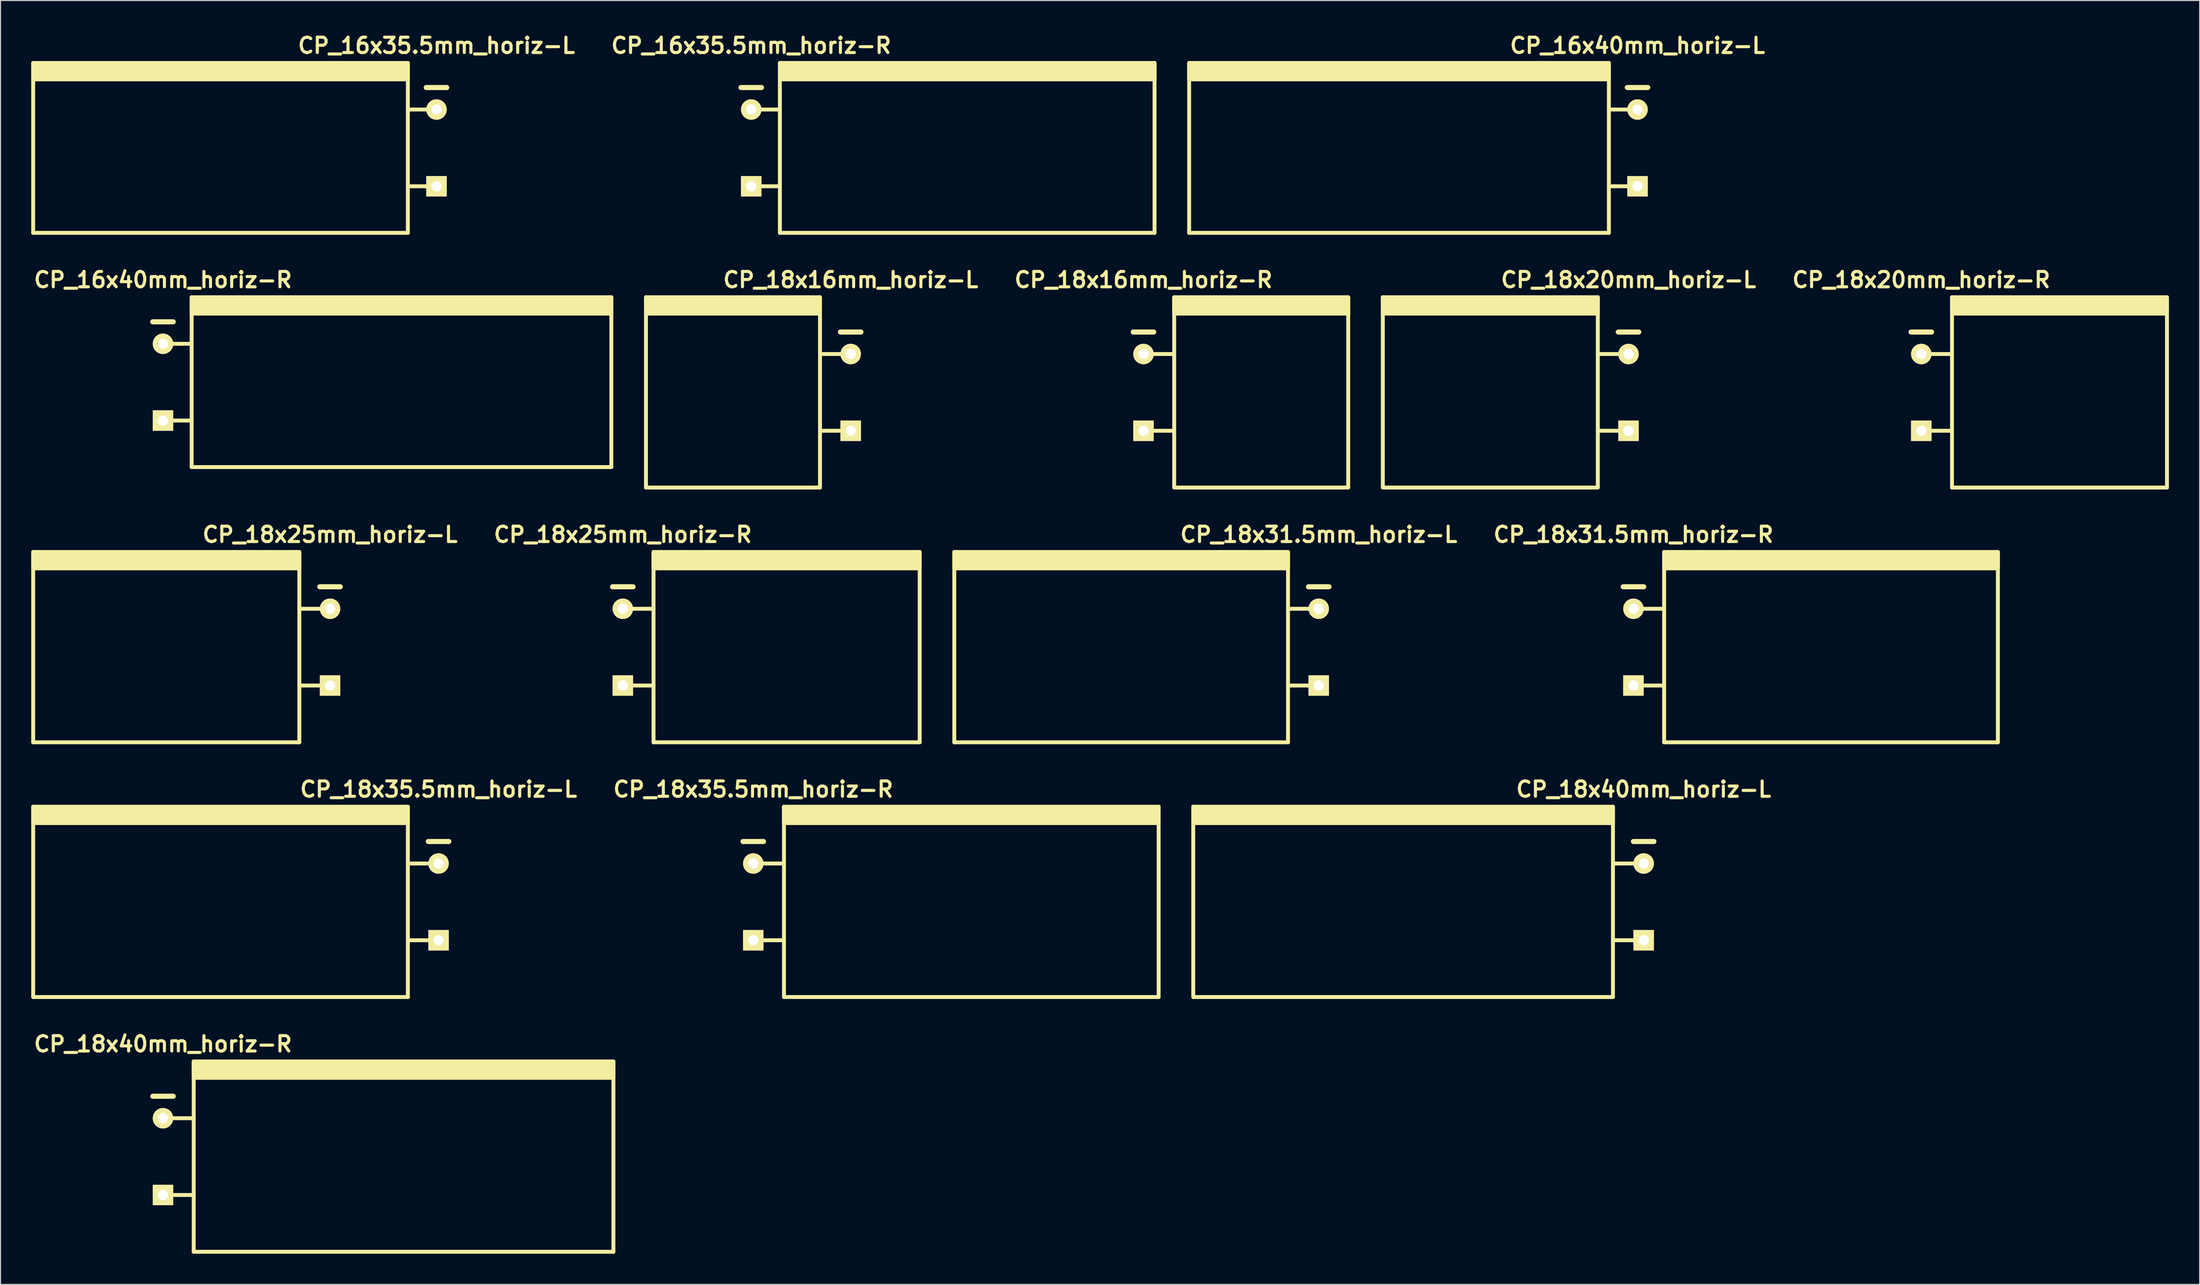
<source format=kicad_pcb>
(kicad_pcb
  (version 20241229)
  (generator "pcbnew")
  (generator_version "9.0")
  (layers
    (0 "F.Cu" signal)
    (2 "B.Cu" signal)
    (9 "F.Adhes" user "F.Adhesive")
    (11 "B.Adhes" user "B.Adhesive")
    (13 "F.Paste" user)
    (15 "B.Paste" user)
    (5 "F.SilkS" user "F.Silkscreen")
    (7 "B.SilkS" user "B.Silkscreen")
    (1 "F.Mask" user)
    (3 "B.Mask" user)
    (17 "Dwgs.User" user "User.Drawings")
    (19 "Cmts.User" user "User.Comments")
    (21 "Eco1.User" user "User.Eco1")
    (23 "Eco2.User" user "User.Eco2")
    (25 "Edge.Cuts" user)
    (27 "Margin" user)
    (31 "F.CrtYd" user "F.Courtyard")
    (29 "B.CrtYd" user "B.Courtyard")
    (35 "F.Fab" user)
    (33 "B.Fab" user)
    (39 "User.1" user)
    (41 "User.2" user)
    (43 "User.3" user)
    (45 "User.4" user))
  (footprint "CP_18x25mm_horiz-L"
    (layer "F.Cu")
    (at 29.191 60.193)
    (property "Reference" "CP_18x25mm_horiz-L" (at 0 -11 0) (layer "F.SilkS") (effects (font (size 1.5 1.5) (thickness 0.3))))
    (attr through_hole)
    (fp_line (start -29 9.3) (end -29 -9.3) (stroke (width 0.381) (type solid)) (layer "F.SilkS"))
    (fp_line (start -3 -9.3) (end -3 9.3) (stroke (width 0.381) (type solid)) (layer "F.SilkS"))
    (fp_line (start -3 -3.75) (end 0 -3.75) (stroke (width 0.381) (type solid)) (layer "F.SilkS"))
    (fp_line (start -3 3.75) (end 0 3.75) (stroke (width 0.381) (type solid)) (layer "F.SilkS"))
    (fp_line (start -3 9.3) (end -29 9.3) (stroke (width 0.381) (type solid)) (layer "F.SilkS"))
    (fp_line (start -1 -5.9) (end 1 -5.9) (stroke (width 0.5) (type solid)) (layer "F.SilkS"))
    (fp_poly (pts (xy -3 -7.7) (xy -29 -7.7) (xy -29 -9.3) (xy -3 -9.3)) (stroke (width 0.381) (type solid)) (fill yes) (layer "F.SilkS"))
    (pad "1" thru_hole rect (at 0 3.75) (size 2 2) (drill 1) (layers "*.Cu" "*.Mask" "F.SilkS"))
    (pad "2" thru_hole circle (at 0 -3.75) (size 2 2) (drill 1) (layers "*.Cu" "*.Mask" "F.SilkS")))
  (footprint "CP_18x16mm_horiz-R"
    (layer "F.Cu")
    (at 108.652 35.298)
    (property "Reference" "CP_18x16mm_horiz-R" (at 0 -11 0) (layer "F.SilkS") (effects (font (size 1.5 1.5) (thickness 0.3))))
    (attr through_hole)
    (fp_line (start -1 -5.9) (end 1 -5.9) (stroke (width 0.5) (type solid)) (layer "F.SilkS"))
    (fp_line (start 0 -3.75) (end 3 -3.75) (stroke (width 0.381) (type solid)) (layer "F.SilkS"))
    (fp_line (start 0 3.75) (end 3 3.75) (stroke (width 0.381) (type solid)) (layer "F.SilkS"))
    (fp_line (start 3 9.3) (end 3 -9.3) (stroke (width 0.381) (type solid)) (layer "F.SilkS"))
    (fp_line (start 20 -9.3) (end 20 9.3) (stroke (width 0.381) (type solid)) (layer "F.SilkS"))
    (fp_line (start 20 9.3) (end 3 9.3) (stroke (width 0.381) (type solid)) (layer "F.SilkS"))
    (fp_poly (pts (xy 20 -7.7) (xy 3 -7.7) (xy 3 -9.3) (xy 20 -9.3)) (stroke (width 0.381) (type solid)) (fill yes) (layer "F.SilkS"))
    (pad "1" thru_hole rect (at 0 3.75) (size 2 2) (drill 1) (layers "*.Cu" "*.Mask" "F.SilkS"))
    (pad "2" thru_hole circle (at 0 -3.75) (size 2 2) (drill 1) (layers "*.Cu" "*.Mask" "F.SilkS")))
  (footprint "CP_18x31.5mm_horiz-L"
    (layer "F.Cu")
    (at 125.771 60.193)
    (property "Reference" "CP_18x31.5mm_horiz-L" (at 0 -11 0) (layer "F.SilkS") (effects (font (size 1.5 1.5) (thickness 0.3))))
    (attr through_hole)
    (fp_line (start -35.6 9.3) (end -35.6 -9.3) (stroke (width 0.381) (type solid)) (layer "F.SilkS"))
    (fp_line (start -3 -9.3) (end -3 9.3) (stroke (width 0.381) (type solid)) (layer "F.SilkS"))
    (fp_line (start -3 -3.75) (end 0 -3.75) (stroke (width 0.381) (type solid)) (layer "F.SilkS"))
    (fp_line (start -3 3.75) (end 0 3.75) (stroke (width 0.381) (type solid)) (layer "F.SilkS"))
    (fp_line (start -3 9.3) (end -35.6 9.3) (stroke (width 0.381) (type solid)) (layer "F.SilkS"))
    (fp_line (start -1 -5.9) (end 1 -5.9) (stroke (width 0.5) (type solid)) (layer "F.SilkS"))
    (fp_poly (pts (xy -3 -7.7) (xy -35.6 -7.7) (xy -35.6 -9.3) (xy -3 -9.3)) (stroke (width 0.381) (type solid)) (fill yes) (layer "F.SilkS"))
    (pad "1" thru_hole rect (at 0 3.75) (size 2 2) (drill 1) (layers "*.Cu" "*.Mask" "F.SilkS"))
    (pad "2" thru_hole circle (at 0 -3.75) (size 2 2) (drill 1) (layers "*.Cu" "*.Mask" "F.SilkS")))
  (footprint "CP_16x35.5mm_horiz-R"
    (layer "F.Cu")
    (at 70.333 11.404)
    (property "Reference" "CP_16x35.5mm_horiz-R" (at 0 -10 0) (layer "F.SilkS") (effects (font (size 1.5 1.5) (thickness 0.3))))
    (attr through_hole)
    (fp_line (start -1 -5.9) (end 1 -5.9) (stroke (width 0.5) (type solid)) (layer "F.SilkS"))
    (fp_line (start 0 -3.75) (end 2.8 -3.75) (stroke (width 0.381) (type solid)) (layer "F.SilkS"))
    (fp_line (start 0 3.75) (end 2.8 3.75) (stroke (width 0.381) (type solid)) (layer "F.SilkS"))
    (fp_line (start 2.8 8.3) (end 2.8 -8.3) (stroke (width 0.381) (type solid)) (layer "F.SilkS"))
    (fp_line (start 39.4 -8.3) (end 39.4 8.3) (stroke (width 0.381) (type solid)) (layer "F.SilkS"))
    (fp_line (start 39.4 8.3) (end 2.8 8.3) (stroke (width 0.381) (type solid)) (layer "F.SilkS"))
    (fp_poly (pts (xy 39.4 -6.7) (xy 2.8 -6.7) (xy 2.8 -8.3) (xy 39.4 -8.3)) (stroke (width 0.381) (type solid)) (fill yes) (layer "F.SilkS"))
    (pad "1" thru_hole rect (at 0 3.75) (size 2 2) (drill 1) (layers "*.Cu" "*.Mask" "F.SilkS"))
    (pad "2" thru_hole circle (at 0 -3.75) (size 2 2) (drill 1) (layers "*.Cu" "*.Mask" "F.SilkS")))
  (footprint "CP_18x20mm_horiz-L"
    (layer "F.Cu")
    (at 156.033 35.298)
    (property "Reference" "CP_18x20mm_horiz-L" (at 0 -11 0) (layer "F.SilkS") (effects (font (size 1.5 1.5) (thickness 0.3))))
    (attr through_hole)
    (fp_line (start -24 9.3) (end -24 -9.3) (stroke (width 0.381) (type solid)) (layer "F.SilkS"))
    (fp_line (start -3 -9.3) (end -3 9.3) (stroke (width 0.381) (type solid)) (layer "F.SilkS"))
    (fp_line (start -3 -3.75) (end 0 -3.75) (stroke (width 0.381) (type solid)) (layer "F.SilkS"))
    (fp_line (start -3 3.75) (end 0 3.75) (stroke (width 0.381) (type solid)) (layer "F.SilkS"))
    (fp_line (start -3 9.3) (end -24 9.3) (stroke (width 0.381) (type solid)) (layer "F.SilkS"))
    (fp_line (start -1 -5.9) (end 1 -5.9) (stroke (width 0.5) (type solid)) (layer "F.SilkS"))
    (fp_poly (pts (xy -3 -7.7) (xy -24 -7.7) (xy -24 -9.3) (xy -3 -9.3)) (stroke (width 0.381) (type solid)) (fill yes) (layer "F.SilkS"))
    (pad "1" thru_hole rect (at 0 3.75) (size 2 2) (drill 1) (layers "*.Cu" "*.Mask" "F.SilkS"))
    (pad "2" thru_hole circle (at 0 -3.75) (size 2 2) (drill 1) (layers "*.Cu" "*.Mask" "F.SilkS")))
  (footprint "CP_18x16mm_horiz-L"
    (layer "F.Cu")
    (at 80.052 35.298)
    (property "Reference" "CP_18x16mm_horiz-L" (at 0 -11 0) (layer "F.SilkS") (effects (font (size 1.5 1.5) (thickness 0.3))))
    (attr through_hole)
    (fp_line (start -20 9.3) (end -20 -9.3) (stroke (width 0.381) (type solid)) (layer "F.SilkS"))
    (fp_line (start -3 -9.3) (end -3 9.3) (stroke (width 0.381) (type solid)) (layer "F.SilkS"))
    (fp_line (start -3 -3.75) (end 0 -3.75) (stroke (width 0.381) (type solid)) (layer "F.SilkS"))
    (fp_line (start -3 3.75) (end 0 3.75) (stroke (width 0.381) (type solid)) (layer "F.SilkS"))
    (fp_line (start -3 9.3) (end -20 9.3) (stroke (width 0.381) (type solid)) (layer "F.SilkS"))
    (fp_line (start -1 -5.9) (end 1 -5.9) (stroke (width 0.5) (type solid)) (layer "F.SilkS"))
    (fp_poly (pts (xy -3 -7.7) (xy -20 -7.7) (xy -20 -9.3) (xy -3 -9.3)) (stroke (width 0.381) (type solid)) (fill yes) (layer "F.SilkS"))
    (pad "1" thru_hole rect (at 0 3.75) (size 2 2) (drill 1) (layers "*.Cu" "*.Mask" "F.SilkS"))
    (pad "2" thru_hole circle (at 0 -3.75) (size 2 2) (drill 1) (layers "*.Cu" "*.Mask" "F.SilkS")))
  (footprint "CP_18x25mm_horiz-R"
    (layer "F.Cu")
    (at 57.79 60.193)
    (property "Reference" "CP_18x25mm_horiz-R" (at 0 -11 0) (layer "F.SilkS") (effects (font (size 1.5 1.5) (thickness 0.3))))
    (attr through_hole)
    (fp_line (start -1 -5.9) (end 1 -5.9) (stroke (width 0.5) (type solid)) (layer "F.SilkS"))
    (fp_line (start 0 -3.75) (end 3 -3.75) (stroke (width 0.381) (type solid)) (layer "F.SilkS"))
    (fp_line (start 0 3.75) (end 3 3.75) (stroke (width 0.381) (type solid)) (layer "F.SilkS"))
    (fp_line (start 3 9.3) (end 3 -9.3) (stroke (width 0.381) (type solid)) (layer "F.SilkS"))
    (fp_line (start 29 -9.3) (end 29 9.3) (stroke (width 0.381) (type solid)) (layer "F.SilkS"))
    (fp_line (start 29 9.3) (end 3 9.3) (stroke (width 0.381) (type solid)) (layer "F.SilkS"))
    (fp_poly (pts (xy 29 -7.7) (xy 3 -7.7) (xy 3 -9.3) (xy 29 -9.3)) (stroke (width 0.381) (type solid)) (fill yes) (layer "F.SilkS"))
    (pad "1" thru_hole rect (at 0 3.75) (size 2 2) (drill 1) (layers "*.Cu" "*.Mask" "F.SilkS"))
    (pad "2" thru_hole circle (at 0 -3.75) (size 2 2) (drill 1) (layers "*.Cu" "*.Mask" "F.SilkS")))
  (footprint "CP_16x35.5mm_horiz-L"
    (layer "F.Cu")
    (at 39.59 11.404)
    (property "Reference" "CP_16x35.5mm_horiz-L" (at 0 -10 0) (layer "F.SilkS") (effects (font (size 1.5 1.5) (thickness 0.3))))
    (attr through_hole)
    (fp_line (start -39.4 8.3) (end -39.4 -8.3) (stroke (width 0.381) (type solid)) (layer "F.SilkS"))
    (fp_line (start -2.8 -8.3) (end -2.8 8.3) (stroke (width 0.381) (type solid)) (layer "F.SilkS"))
    (fp_line (start -2.8 -3.75) (end 0 -3.75) (stroke (width 0.381) (type solid)) (layer "F.SilkS"))
    (fp_line (start -2.8 3.75) (end 0 3.75) (stroke (width 0.381) (type solid)) (layer "F.SilkS"))
    (fp_line (start -2.8 8.3) (end -39.4 8.3) (stroke (width 0.381) (type solid)) (layer "F.SilkS"))
    (fp_line (start -1 -5.9) (end 1 -5.9) (stroke (width 0.5) (type solid)) (layer "F.SilkS"))
    (fp_poly (pts (xy -2.8 -6.7) (xy -39.4 -6.7) (xy -39.4 -8.3) (xy -2.8 -8.3)) (stroke (width 0.381) (type solid)) (fill yes) (layer "F.SilkS"))
    (pad "1" thru_hole rect (at 0 3.75) (size 2 2) (drill 1) (layers "*.Cu" "*.Mask" "F.SilkS"))
    (pad "2" thru_hole circle (at 0 -3.75) (size 2 2) (drill 1) (layers "*.Cu" "*.Mask" "F.SilkS")))
  (footprint "CP_18x40mm_horiz-L"
    (layer "F.Cu")
    (at 157.514 85.088)
    (property "Reference" "CP_18x40mm_horiz-L" (at 0 -11 0) (layer "F.SilkS") (effects (font (size 1.5 1.5) (thickness 0.3))))
    (attr through_hole)
    (fp_line (start -44 9.3) (end -44 -9.3) (stroke (width 0.381) (type solid)) (layer "F.SilkS"))
    (fp_line (start -3 -9.3) (end -3 9.3) (stroke (width 0.381) (type solid)) (layer "F.SilkS"))
    (fp_line (start -3 -3.75) (end 0 -3.75) (stroke (width 0.381) (type solid)) (layer "F.SilkS"))
    (fp_line (start -3 3.75) (end 0 3.75) (stroke (width 0.381) (type solid)) (layer "F.SilkS"))
    (fp_line (start -3 9.3) (end -44 9.3) (stroke (width 0.381) (type solid)) (layer "F.SilkS"))
    (fp_line (start -1 -5.9) (end 1 -5.9) (stroke (width 0.5) (type solid)) (layer "F.SilkS"))
    (fp_poly (pts (xy -3 -7.7) (xy -44 -7.7) (xy -44 -9.3) (xy -3 -9.3)) (stroke (width 0.381) (type solid)) (fill yes) (layer "F.SilkS"))
    (pad "1" thru_hole rect (at 0 3.75) (size 2 2) (drill 1) (layers "*.Cu" "*.Mask" "F.SilkS"))
    (pad "2" thru_hole circle (at 0 -3.75) (size 2 2) (drill 1) (layers "*.Cu" "*.Mask" "F.SilkS")))
  (footprint "CP_18x20mm_horiz-R"
    (layer "F.Cu")
    (at 184.633 35.298)
    (property "Reference" "CP_18x20mm_horiz-R" (at 0 -11 0) (layer "F.SilkS") (effects (font (size 1.5 1.5) (thickness 0.3))))
    (attr through_hole)
    (fp_line (start -1 -5.9) (end 1 -5.9) (stroke (width 0.5) (type solid)) (layer "F.SilkS"))
    (fp_line (start 0 -3.75) (end 3 -3.75) (stroke (width 0.381) (type solid)) (layer "F.SilkS"))
    (fp_line (start 0 3.75) (end 3 3.75) (stroke (width 0.381) (type solid)) (layer "F.SilkS"))
    (fp_line (start 3 9.3) (end 3 -9.3) (stroke (width 0.381) (type solid)) (layer "F.SilkS"))
    (fp_line (start 24 -9.3) (end 24 9.3) (stroke (width 0.381) (type solid)) (layer "F.SilkS"))
    (fp_line (start 24 9.3) (end 3 9.3) (stroke (width 0.381) (type solid)) (layer "F.SilkS"))
    (fp_poly (pts (xy 24 -7.7) (xy 3 -7.7) (xy 3 -9.3) (xy 24 -9.3)) (stroke (width 0.381) (type solid)) (fill yes) (layer "F.SilkS"))
    (pad "1" thru_hole rect (at 0 3.75) (size 2 2) (drill 1) (layers "*.Cu" "*.Mask" "F.SilkS"))
    (pad "2" thru_hole circle (at 0 -3.75) (size 2 2) (drill 1) (layers "*.Cu" "*.Mask" "F.SilkS")))
  (footprint "CP_18x40mm_horiz-R"
    (layer "F.Cu")
    (at 12.871 109.982)
    (property "Reference" "CP_18x40mm_horiz-R" (at 0 -11 0) (layer "F.SilkS") (effects (font (size 1.5 1.5) (thickness 0.3))))
    (attr through_hole)
    (fp_line (start -1 -5.9) (end 1 -5.9) (stroke (width 0.5) (type solid)) (layer "F.SilkS"))
    (fp_line (start 0 -3.75) (end 3 -3.75) (stroke (width 0.381) (type solid)) (layer "F.SilkS"))
    (fp_line (start 0 3.75) (end 3 3.75) (stroke (width 0.381) (type solid)) (layer "F.SilkS"))
    (fp_line (start 3 9.3) (end 3 -9.3) (stroke (width 0.381) (type solid)) (layer "F.SilkS"))
    (fp_line (start 44 -9.3) (end 44 9.3) (stroke (width 0.381) (type solid)) (layer "F.SilkS"))
    (fp_line (start 44 9.3) (end 3 9.3) (stroke (width 0.381) (type solid)) (layer "F.SilkS"))
    (fp_poly (pts (xy 44 -7.7) (xy 3 -7.7) (xy 3 -9.3) (xy 44 -9.3)) (stroke (width 0.381) (type solid)) (fill yes) (layer "F.SilkS"))
    (pad "1" thru_hole rect (at 0 3.75) (size 2 2) (drill 1) (layers "*.Cu" "*.Mask" "F.SilkS"))
    (pad "2" thru_hole circle (at 0 -3.75) (size 2 2) (drill 1) (layers "*.Cu" "*.Mask" "F.SilkS")))
  (footprint "CP_18x35.5mm_horiz-L"
    (layer "F.Cu")
    (at 39.791 85.088)
    (property "Reference" "CP_18x35.5mm_horiz-L" (at 0 -11 0) (layer "F.SilkS") (effects (font (size 1.5 1.5) (thickness 0.3))))
    (attr through_hole)
    (fp_line (start -39.6 9.3) (end -39.6 -9.3) (stroke (width 0.381) (type solid)) (layer "F.SilkS"))
    (fp_line (start -3 -9.3) (end -3 9.3) (stroke (width 0.381) (type solid)) (layer "F.SilkS"))
    (fp_line (start -3 -3.75) (end 0 -3.75) (stroke (width 0.381) (type solid)) (layer "F.SilkS"))
    (fp_line (start -3 3.75) (end 0 3.75) (stroke (width 0.381) (type solid)) (layer "F.SilkS"))
    (fp_line (start -3 9.3) (end -39.6 9.3) (stroke (width 0.381) (type solid)) (layer "F.SilkS"))
    (fp_line (start -1 -5.9) (end 1 -5.9) (stroke (width 0.5) (type solid)) (layer "F.SilkS"))
    (fp_poly (pts (xy -3 -7.7) (xy -39.6 -7.7) (xy -39.6 -9.3) (xy -3 -9.3)) (stroke (width 0.381) (type solid)) (fill yes) (layer "F.SilkS"))
    (pad "1" thru_hole rect (at 0 3.75) (size 2 2) (drill 1) (layers "*.Cu" "*.Mask" "F.SilkS"))
    (pad "2" thru_hole circle (at 0 -3.75) (size 2 2) (drill 1) (layers "*.Cu" "*.Mask" "F.SilkS")))
  (footprint "CP_18x35.5mm_horiz-R"
    (layer "F.Cu")
    (at 70.533 85.088)
    (property "Reference" "CP_18x35.5mm_horiz-R" (at 0 -11 0) (layer "F.SilkS") (effects (font (size 1.5 1.5) (thickness 0.3))))
    (attr through_hole)
    (fp_line (start -1 -5.9) (end 1 -5.9) (stroke (width 0.5) (type solid)) (layer "F.SilkS"))
    (fp_line (start 0 -3.75) (end 3 -3.75) (stroke (width 0.381) (type solid)) (layer "F.SilkS"))
    (fp_line (start 0 3.75) (end 3 3.75) (stroke (width 0.381) (type solid)) (layer "F.SilkS"))
    (fp_line (start 3 9.3) (end 3 -9.3) (stroke (width 0.381) (type solid)) (layer "F.SilkS"))
    (fp_line (start 39.6 -9.3) (end 39.6 9.3) (stroke (width 0.381) (type solid)) (layer "F.SilkS"))
    (fp_line (start 39.6 9.3) (end 3 9.3) (stroke (width 0.381) (type solid)) (layer "F.SilkS"))
    (fp_poly (pts (xy 39.6 -7.7) (xy 3 -7.7) (xy 3 -9.3) (xy 39.6 -9.3)) (stroke (width 0.381) (type solid)) (fill yes) (layer "F.SilkS"))
    (pad "1" thru_hole rect (at 0 3.75) (size 2 2) (drill 1) (layers "*.Cu" "*.Mask" "F.SilkS"))
    (pad "2" thru_hole circle (at 0 -3.75) (size 2 2) (drill 1) (layers "*.Cu" "*.Mask" "F.SilkS")))
  (footprint "CP_16x40mm_horiz-L"
    (layer "F.Cu")
    (at 156.914 11.404)
    (property "Reference" "CP_16x40mm_horiz-L" (at 0 -10 0) (layer "F.SilkS") (effects (font (size 1.5 1.5) (thickness 0.3))))
    (attr through_hole)
    (fp_line (start -43.8 8.3) (end -43.8 -8.3) (stroke (width 0.381) (type solid)) (layer "F.SilkS"))
    (fp_line (start -2.8 -8.3) (end -2.8 8.3) (stroke (width 0.381) (type solid)) (layer "F.SilkS"))
    (fp_line (start -2.8 -3.75) (end 0 -3.75) (stroke (width 0.381) (type solid)) (layer "F.SilkS"))
    (fp_line (start -2.8 3.75) (end 0 3.75) (stroke (width 0.381) (type solid)) (layer "F.SilkS"))
    (fp_line (start -2.8 8.3) (end -43.8 8.3) (stroke (width 0.381) (type solid)) (layer "F.SilkS"))
    (fp_line (start -1 -5.9) (end 1 -5.9) (stroke (width 0.5) (type solid)) (layer "F.SilkS"))
    (fp_poly (pts (xy -2.8 -6.7) (xy -43.8 -6.7) (xy -43.8 -8.3) (xy -2.8 -8.3)) (stroke (width 0.381) (type solid)) (fill yes) (layer "F.SilkS"))
    (pad "1" thru_hole rect (at 0 3.75) (size 2 2) (drill 1) (layers "*.Cu" "*.Mask" "F.SilkS"))
    (pad "2" thru_hole circle (at 0 -3.75) (size 2 2) (drill 1) (layers "*.Cu" "*.Mask" "F.SilkS")))
  (footprint "CP_18x31.5mm_horiz-R"
    (layer "F.Cu")
    (at 156.514 60.193)
    (property "Reference" "CP_18x31.5mm_horiz-R" (at 0 -11 0) (layer "F.SilkS") (effects (font (size 1.5 1.5) (thickness 0.3))))
    (attr through_hole)
    (fp_line (start -1 -5.9) (end 1 -5.9) (stroke (width 0.5) (type solid)) (layer "F.SilkS"))
    (fp_line (start 0 -3.75) (end 3 -3.75) (stroke (width 0.381) (type solid)) (layer "F.SilkS"))
    (fp_line (start 0 3.75) (end 3 3.75) (stroke (width 0.381) (type solid)) (layer "F.SilkS"))
    (fp_line (start 3 9.3) (end 3 -9.3) (stroke (width 0.381) (type solid)) (layer "F.SilkS"))
    (fp_line (start 35.6 -9.3) (end 35.6 9.3) (stroke (width 0.381) (type solid)) (layer "F.SilkS"))
    (fp_line (start 35.6 9.3) (end 3 9.3) (stroke (width 0.381) (type solid)) (layer "F.SilkS"))
    (fp_poly (pts (xy 35.6 -7.7) (xy 3 -7.7) (xy 3 -9.3) (xy 35.6 -9.3)) (stroke (width 0.381) (type solid)) (fill yes) (layer "F.SilkS"))
    (pad "1" thru_hole rect (at 0 3.75) (size 2 2) (drill 1) (layers "*.Cu" "*.Mask" "F.SilkS"))
    (pad "2" thru_hole circle (at 0 -3.75) (size 2 2) (drill 1) (layers "*.Cu" "*.Mask" "F.SilkS")))
  (footprint "CP_16x40mm_horiz-R"
    (layer "F.Cu")
    (at 12.871 34.298)
    (property "Reference" "CP_16x40mm_horiz-R" (at 0 -10 0) (layer "F.SilkS") (effects (font (size 1.5 1.5) (thickness 0.3))))
    (attr through_hole)
    (fp_line (start -1 -5.9) (end 1 -5.9) (stroke (width 0.5) (type solid)) (layer "F.SilkS"))
    (fp_line (start 0 -3.75) (end 2.8 -3.75) (stroke (width 0.381) (type solid)) (layer "F.SilkS"))
    (fp_line (start 0 3.75) (end 2.8 3.75) (stroke (width 0.381) (type solid)) (layer "F.SilkS"))
    (fp_line (start 2.8 8.3) (end 2.8 -8.3) (stroke (width 0.381) (type solid)) (layer "F.SilkS"))
    (fp_line (start 43.8 -8.3) (end 43.8 8.3) (stroke (width 0.381) (type solid)) (layer "F.SilkS"))
    (fp_line (start 43.8 8.3) (end 2.8 8.3) (stroke (width 0.381) (type solid)) (layer "F.SilkS"))
    (fp_poly (pts (xy 43.8 -6.7) (xy 2.8 -6.7) (xy 2.8 -8.3) (xy 43.8 -8.3)) (stroke (width 0.381) (type solid)) (fill yes) (layer "F.SilkS"))
    (pad "1" thru_hole rect (at 0 3.75) (size 2 2) (drill 1) (layers "*.Cu" "*.Mask" "F.SilkS"))
    (pad "2" thru_hole circle (at 0 -3.75) (size 2 2) (drill 1) (layers "*.Cu" "*.Mask" "F.SilkS")))
  (gr_rect
    (start -3 -3)
    (end 211.824 122.472)
    (stroke (width 0.1) (type default))
    (fill no)
    (layer "Edge.Cuts")))
</source>
